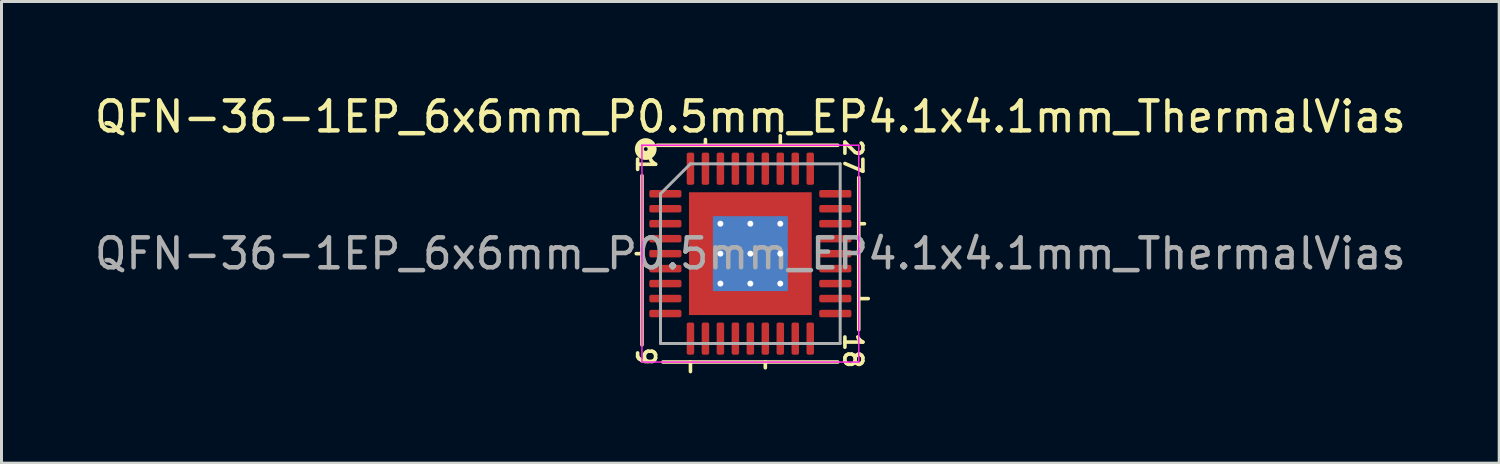
<source format=kicad_pcb>
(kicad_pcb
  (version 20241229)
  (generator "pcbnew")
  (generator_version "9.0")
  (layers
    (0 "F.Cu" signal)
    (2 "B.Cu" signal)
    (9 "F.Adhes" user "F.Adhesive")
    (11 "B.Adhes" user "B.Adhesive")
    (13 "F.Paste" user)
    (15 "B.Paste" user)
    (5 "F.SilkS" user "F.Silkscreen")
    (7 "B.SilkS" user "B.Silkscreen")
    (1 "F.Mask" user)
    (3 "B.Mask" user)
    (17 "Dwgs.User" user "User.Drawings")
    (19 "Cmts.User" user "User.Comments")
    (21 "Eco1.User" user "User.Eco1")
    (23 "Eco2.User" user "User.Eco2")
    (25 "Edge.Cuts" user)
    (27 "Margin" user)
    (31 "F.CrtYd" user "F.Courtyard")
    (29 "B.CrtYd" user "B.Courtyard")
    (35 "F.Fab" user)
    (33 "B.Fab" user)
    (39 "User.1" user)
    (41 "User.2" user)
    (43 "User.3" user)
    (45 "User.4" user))
  (footprint "QFN-36-1EP_6x6mm_P0.5mm_EP4.1x4.1mm_ThermalVias"
    (layer "F.Cu")
    (at 22.006 5.42)
    (property "Reference" "QFN-36-1EP_6x6mm_P0.5mm_EP4.1x4.1mm_ThermalVias" (at 0 -4.572 0) (layer "F.SilkS") (effects (font (size 1 1) (thickness 0.15))))
    (attr smd)
    (fp_line (start -3.619 -2.603) (end -3.619 3.048) (stroke (width 0.12) (type solid)) (layer "F.SilkS"))
    (fp_line (start -3.619 0) (end -3.81 0) (stroke (width 0.12) (type solid)) (layer "F.SilkS"))
    (fp_line (start -2.921 3.619) (end 2.921 3.619) (stroke (width 0.12) (type solid)) (layer "F.SilkS"))
    (fp_line (start -2 3.619) (end -2 3.937) (stroke (width 0.12) (type solid)) (layer "F.SilkS"))
    (fp_line (start -1.5 -3.619) (end -1.5 -3.81) (stroke (width 0.12) (type solid)) (layer "F.SilkS"))
    (fp_line (start 0.5 3.619) (end 0.5 3.81) (stroke (width 0.12) (type solid)) (layer "F.SilkS"))
    (fp_line (start 1 -3.619) (end 1 -3.937) (stroke (width 0.12) (type solid)) (layer "F.SilkS"))
    (fp_line (start 2.921 -3.619) (end -3.111 -3.619) (stroke (width 0.12) (type solid)) (layer "F.SilkS"))
    (fp_line (start 3.619 -1) (end 3.81 -1) (stroke (width 0.12) (type solid)) (layer "F.SilkS"))
    (fp_line (start 3.619 1.5) (end 3.937 1.5) (stroke (width 0.12) (type solid)) (layer "F.SilkS"))
    (fp_line (start 3.619 2.54) (end 3.619 -2.54) (stroke (width 0.12) (type solid)) (layer "F.SilkS"))
    (fp_circle (center -3.493 -3.493) (end -3.429 -3.493) (stroke (width 0.3) (type solid)) (fill no) (layer "F.SilkS"))
    (fp_line (start -3.62 -3.62) (end -3.62 3.62) (stroke (width 0.05) (type solid)) (layer "F.CrtYd"))
    (fp_line (start -3.62 3.62) (end 3.62 3.62) (stroke (width 0.05) (type solid)) (layer "F.CrtYd"))
    (fp_line (start 3.62 -3.62) (end -3.62 -3.62) (stroke (width 0.05) (type solid)) (layer "F.CrtYd"))
    (fp_line (start 3.62 3.62) (end 3.62 -3.62) (stroke (width 0.05) (type solid)) (layer "F.CrtYd"))
    (fp_line (start -3 -2) (end -2 -3) (stroke (width 0.1) (type solid)) (layer "F.Fab"))
    (fp_line (start -3 3) (end -3 -2) (stroke (width 0.1) (type solid)) (layer "F.Fab"))
    (fp_line (start -2 -3) (end 3 -3) (stroke (width 0.1) (type solid)) (layer "F.Fab"))
    (fp_line (start 3 -3) (end 3 3) (stroke (width 0.1) (type solid)) (layer "F.Fab"))
    (fp_line (start 3 3) (end -3 3) (stroke (width 0.1) (type solid)) (layer "F.Fab"))
    (fp_text user "27" (at 3.429 -3.239 270) (unlocked yes) (layer "F.SilkS") (effects (font (size 0.6 0.6) (thickness 0.12))))
    (fp_text user "18" (at 3.429 3.239 270) (unlocked yes) (layer "F.SilkS") (effects (font (size 0.6 0.6) (thickness 0.12))))
    (fp_text user "1" (at -3.493 -2.985 270) (unlocked yes) (layer "F.SilkS") (effects (font (size 0.6 0.6) (thickness 0.12))))
    (fp_text user "9" (at -3.493 3.429 270) (unlocked yes) (layer "F.SilkS") (effects (font (size 0.6 0.6) (thickness 0.12))))
    (fp_text user "${REFERENCE}" (at 0 0 0) (layer "F.Fab") (effects (font (size 1 1) (thickness 0.15))))
    (pad "" smd roundrect (at -1.525 -1.525) (size 0.847 0.847) (layers "F.Paste") (roundrect_rratio 0.25))
    (pad "" smd roundrect (at -1.525 -0.5) (size 0.847 0.806) (layers "F.Paste") (roundrect_rratio 0.25))
    (pad "" smd roundrect (at -1.525 0.5) (size 0.847 0.806) (layers "F.Paste") (roundrect_rratio 0.25))
    (pad "" smd roundrect (at -1.525 1.525) (size 0.847 0.847) (layers "F.Paste") (roundrect_rratio 0.25))
    (pad "" smd roundrect (at -0.5 -1.525) (size 0.806 0.847) (layers "F.Paste") (roundrect_rratio 0.25))
    (pad "" smd roundrect (at -0.5 -0.5) (size 0.806 0.806) (layers "F.Paste") (roundrect_rratio 0.25))
    (pad "" smd roundrect (at -0.5 0.5) (size 0.806 0.806) (layers "F.Paste") (roundrect_rratio 0.25))
    (pad "" smd roundrect (at -0.5 1.525) (size 0.806 0.847) (layers "F.Paste") (roundrect_rratio 0.25))
    (pad "" smd roundrect (at 0.5 -1.525) (size 0.806 0.847) (layers "F.Paste") (roundrect_rratio 0.25))
    (pad "" smd roundrect (at 0.5 -0.5) (size 0.806 0.806) (layers "F.Paste") (roundrect_rratio 0.25))
    (pad "" smd roundrect (at 0.5 0.5) (size 0.806 0.806) (layers "F.Paste") (roundrect_rratio 0.25))
    (pad "" smd roundrect (at 0.5 1.525) (size 0.806 0.847) (layers "F.Paste") (roundrect_rratio 0.25))
    (pad "" smd roundrect (at 1.525 -1.525) (size 0.847 0.847) (layers "F.Paste") (roundrect_rratio 0.25))
    (pad "" smd roundrect (at 1.525 -0.5) (size 0.847 0.806) (layers "F.Paste") (roundrect_rratio 0.25))
    (pad "" smd roundrect (at 1.525 0.5) (size 0.847 0.806) (layers "F.Paste") (roundrect_rratio 0.25))
    (pad "" smd roundrect (at 1.525 1.525) (size 0.847 0.847) (layers "F.Paste") (roundrect_rratio 0.25))
    (pad "1" smd roundrect (at -2.837 -2) (size 1.075 0.25) (layers "F.Cu" "F.Mask" "F.Paste") (roundrect_rratio 0.25))
    (pad "2" smd roundrect (at -2.837 -1.5) (size 1.075 0.25) (layers "F.Cu" "F.Mask" "F.Paste") (roundrect_rratio 0.25))
    (pad "3" smd roundrect (at -2.837 -1) (size 1.075 0.25) (layers "F.Cu" "F.Mask" "F.Paste") (roundrect_rratio 0.25))
    (pad "4" smd roundrect (at -2.837 -0.5) (size 1.075 0.25) (layers "F.Cu" "F.Mask" "F.Paste") (roundrect_rratio 0.25))
    (pad "5" smd roundrect (at -2.837 0) (size 1.075 0.25) (layers "F.Cu" "F.Mask" "F.Paste") (roundrect_rratio 0.25))
    (pad "6" smd roundrect (at -2.837 0.5) (size 1.075 0.25) (layers "F.Cu" "F.Mask" "F.Paste") (roundrect_rratio 0.25))
    (pad "7" smd roundrect (at -2.837 1) (size 1.075 0.25) (layers "F.Cu" "F.Mask" "F.Paste") (roundrect_rratio 0.25))
    (pad "8" smd roundrect (at -2.837 1.5) (size 1.075 0.25) (layers "F.Cu" "F.Mask" "F.Paste") (roundrect_rratio 0.25))
    (pad "9" smd roundrect (at -2.837 2) (size 1.075 0.25) (layers "F.Cu" "F.Mask" "F.Paste") (roundrect_rratio 0.25))
    (pad "10" smd roundrect (at -2 2.837) (size 0.25 1.075) (layers "F.Cu" "F.Mask" "F.Paste") (roundrect_rratio 0.25))
    (pad "11" smd roundrect (at -1.5 2.837) (size 0.25 1.075) (layers "F.Cu" "F.Mask" "F.Paste") (roundrect_rratio 0.25))
    (pad "12" smd roundrect (at -1 2.837) (size 0.25 1.075) (layers "F.Cu" "F.Mask" "F.Paste") (roundrect_rratio 0.25))
    (pad "13" smd roundrect (at -0.5 2.837) (size 0.25 1.075) (layers "F.Cu" "F.Mask" "F.Paste") (roundrect_rratio 0.25))
    (pad "14" smd roundrect (at 0 2.837) (size 0.25 1.075) (layers "F.Cu" "F.Mask" "F.Paste") (roundrect_rratio 0.25))
    (pad "15" smd roundrect (at 0.5 2.837) (size 0.25 1.075) (layers "F.Cu" "F.Mask" "F.Paste") (roundrect_rratio 0.25))
    (pad "16" smd roundrect (at 1 2.837) (size 0.25 1.075) (layers "F.Cu" "F.Mask" "F.Paste") (roundrect_rratio 0.25))
    (pad "17" smd roundrect (at 1.5 2.837) (size 0.25 1.075) (layers "F.Cu" "F.Mask" "F.Paste") (roundrect_rratio 0.25))
    (pad "18" smd roundrect (at 2 2.837) (size 0.25 1.075) (layers "F.Cu" "F.Mask" "F.Paste") (roundrect_rratio 0.25))
    (pad "19" smd roundrect (at 2.837 2) (size 1.075 0.25) (layers "F.Cu" "F.Mask" "F.Paste") (roundrect_rratio 0.25))
    (pad "20" smd roundrect (at 2.837 1.5) (size 1.075 0.25) (layers "F.Cu" "F.Mask" "F.Paste") (roundrect_rratio 0.25))
    (pad "21" smd roundrect (at 2.837 1) (size 1.075 0.25) (layers "F.Cu" "F.Mask" "F.Paste") (roundrect_rratio 0.25))
    (pad "22" smd roundrect (at 2.837 0.5) (size 1.075 0.25) (layers "F.Cu" "F.Mask" "F.Paste") (roundrect_rratio 0.25))
    (pad "23" smd roundrect (at 2.837 0) (size 1.075 0.25) (layers "F.Cu" "F.Mask" "F.Paste") (roundrect_rratio 0.25))
    (pad "24" smd roundrect (at 2.837 -0.5) (size 1.075 0.25) (layers "F.Cu" "F.Mask" "F.Paste") (roundrect_rratio 0.25))
    (pad "25" smd roundrect (at 2.837 -1) (size 1.075 0.25) (layers "F.Cu" "F.Mask" "F.Paste") (roundrect_rratio 0.25))
    (pad "26" smd roundrect (at 2.837 -1.5) (size 1.075 0.25) (layers "F.Cu" "F.Mask" "F.Paste") (roundrect_rratio 0.25))
    (pad "27" smd roundrect (at 2.837 -2) (size 1.075 0.25) (layers "F.Cu" "F.Mask" "F.Paste") (roundrect_rratio 0.25))
    (pad "28" smd roundrect (at 2 -2.837) (size 0.25 1.075) (layers "F.Cu" "F.Mask" "F.Paste") (roundrect_rratio 0.25))
    (pad "29" smd roundrect (at 1.5 -2.837) (size 0.25 1.075) (layers "F.Cu" "F.Mask" "F.Paste") (roundrect_rratio 0.25))
    (pad "30" smd roundrect (at 1 -2.837) (size 0.25 1.075) (layers "F.Cu" "F.Mask" "F.Paste") (roundrect_rratio 0.25))
    (pad "31" smd roundrect (at 0.5 -2.837) (size 0.25 1.075) (layers "F.Cu" "F.Mask" "F.Paste") (roundrect_rratio 0.25))
    (pad "32" smd roundrect (at 0 -2.837) (size 0.25 1.075) (layers "F.Cu" "F.Mask" "F.Paste") (roundrect_rratio 0.25))
    (pad "33" smd roundrect (at -0.5 -2.837) (size 0.25 1.075) (layers "F.Cu" "F.Mask" "F.Paste") (roundrect_rratio 0.25))
    (pad "34" smd roundrect (at -1 -2.837) (size 0.25 1.075) (layers "F.Cu" "F.Mask" "F.Paste") (roundrect_rratio 0.25))
    (pad "35" smd roundrect (at -1.5 -2.837) (size 0.25 1.075) (layers "F.Cu" "F.Mask" "F.Paste") (roundrect_rratio 0.25))
    (pad "36" smd roundrect (at -2 -2.837) (size 0.25 1.075) (layers "F.Cu" "F.Mask" "F.Paste") (roundrect_rratio 0.25))
    (pad "37" thru_hole circle (at -1 -1) (size 0.5 0.5) (drill 0.2) (layers "*.Cu"))
    (pad "37" thru_hole circle (at -1 0) (size 0.5 0.5) (drill 0.2) (layers "*.Cu"))
    (pad "37" thru_hole circle (at -1 1) (size 0.5 0.5) (drill 0.2) (layers "*.Cu"))
    (pad "37" thru_hole circle (at 0 -1) (size 0.5 0.5) (drill 0.2) (layers "*.Cu"))
    (pad "37" thru_hole circle (at 0 0) (size 0.5 0.5) (drill 0.2) (layers "*.Cu"))
    (pad "37" smd rect (at 0 0) (size 2.5 2.5) (layers "B.Cu" "B.Mask"))
    (pad "37" smd rect (at 0 0) (size 4.1 4.1) (layers "F.Cu" "F.Mask"))
    (pad "37" thru_hole circle (at 0 1) (size 0.5 0.5) (drill 0.2) (layers "*.Cu"))
    (pad "37" thru_hole circle (at 1 -1) (size 0.5 0.5) (drill 0.2) (layers "*.Cu"))
    (pad "37" thru_hole circle (at 1 0) (size 0.5 0.5) (drill 0.2) (layers "*.Cu"))
    (pad "37" thru_hole circle (at 1 1) (size 0.5 0.5) (drill 0.2) (layers "*.Cu")))
  (gr_rect
    (start -3 -3)
    (end 47.012 12.417)
    (stroke (width 0.1) (type default))
    (fill no)
    (layer "Edge.Cuts")))
</source>
